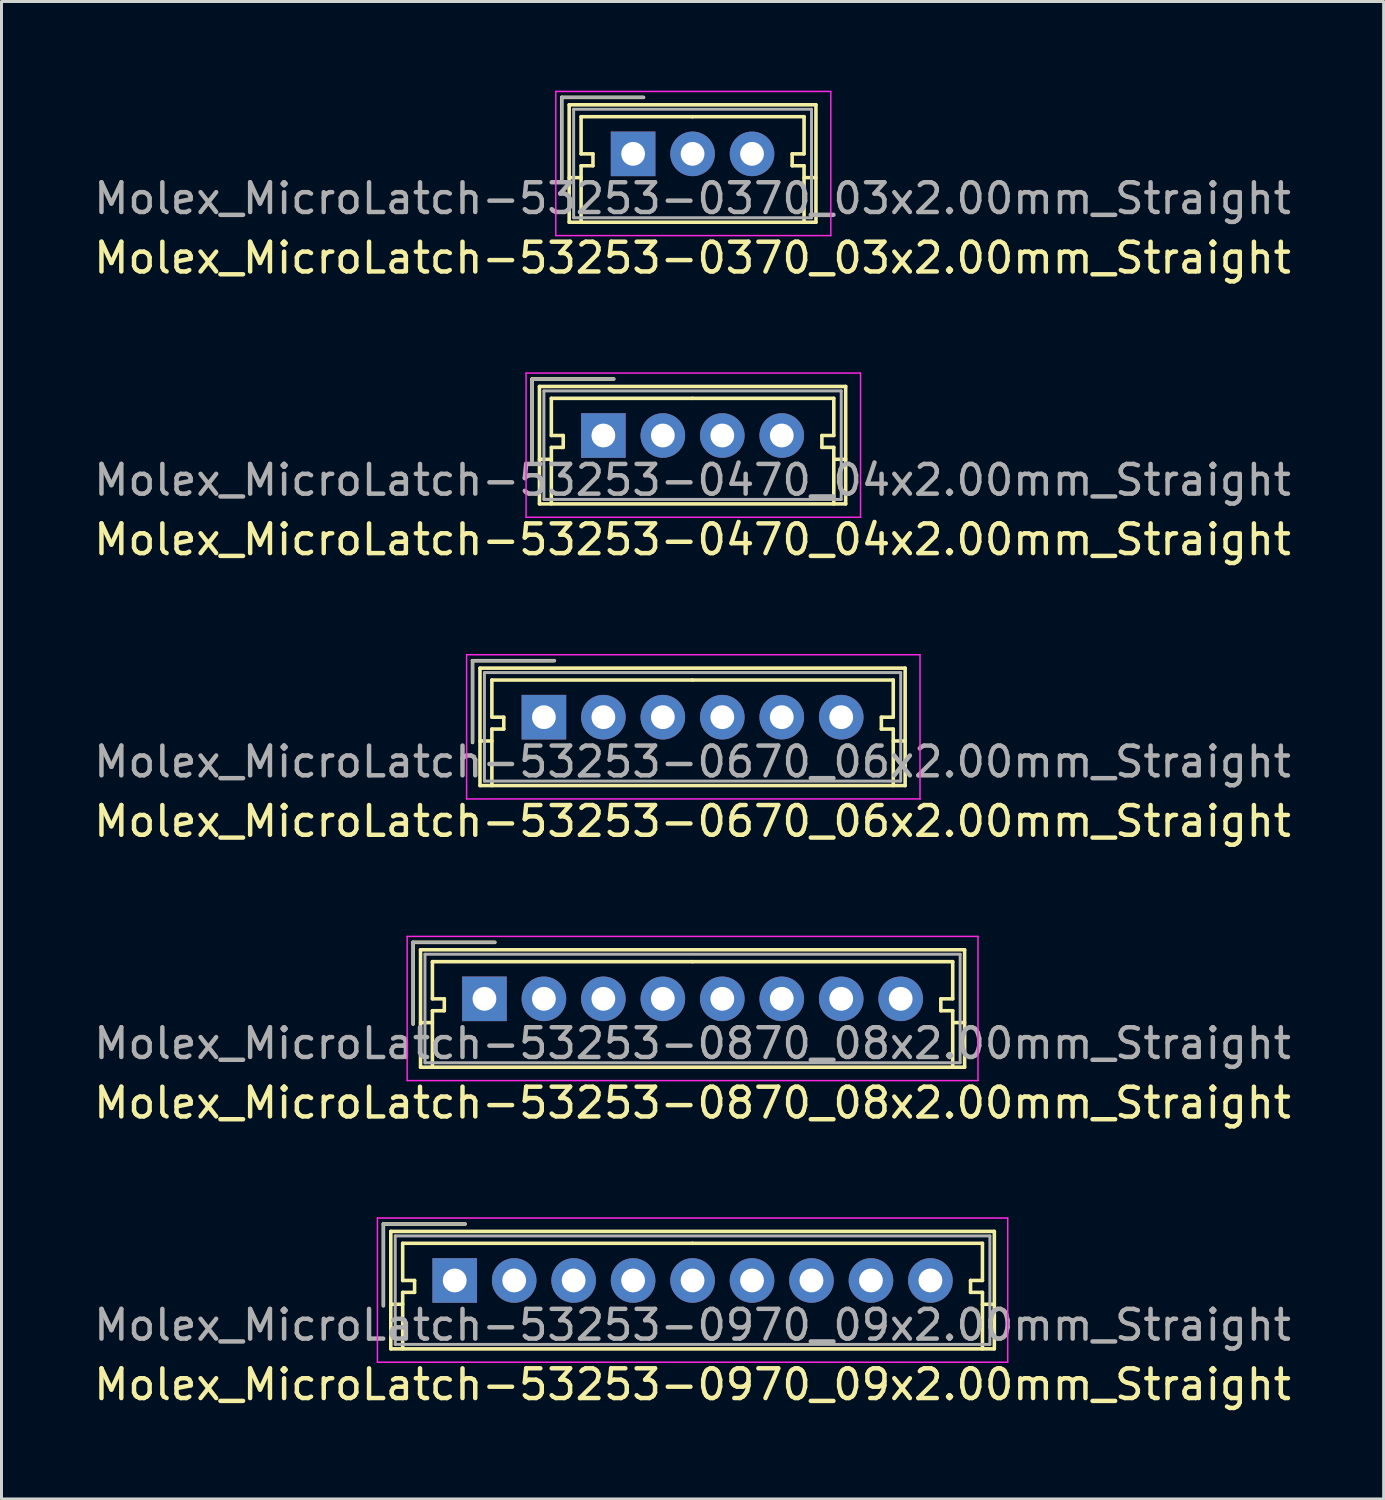
<source format=kicad_pcb>
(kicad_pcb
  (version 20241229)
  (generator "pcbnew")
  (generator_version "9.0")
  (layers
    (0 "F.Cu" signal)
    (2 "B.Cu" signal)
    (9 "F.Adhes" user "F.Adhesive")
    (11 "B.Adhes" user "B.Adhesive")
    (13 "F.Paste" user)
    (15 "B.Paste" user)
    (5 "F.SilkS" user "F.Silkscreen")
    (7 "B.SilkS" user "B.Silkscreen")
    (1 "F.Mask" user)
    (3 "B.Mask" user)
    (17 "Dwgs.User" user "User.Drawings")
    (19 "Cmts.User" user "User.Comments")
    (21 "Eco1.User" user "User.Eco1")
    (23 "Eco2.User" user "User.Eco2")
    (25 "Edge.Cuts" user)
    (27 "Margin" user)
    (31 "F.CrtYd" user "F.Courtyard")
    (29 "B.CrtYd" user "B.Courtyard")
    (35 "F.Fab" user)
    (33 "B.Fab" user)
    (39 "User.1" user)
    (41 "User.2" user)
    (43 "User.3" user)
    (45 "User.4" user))
  (footprint "Molex_MicroLatch-53253-0670_06x2.00mm_Straight"
    (layer "F.Cu")
    (at 15.244 21.072)
    (property "Reference" "Molex_MicroLatch-53253-0670_06x2.00mm_Straight" (at 5 3.5 0) (layer "F.SilkS") (effects (font (size 1 1) (thickness 0.15))))
    (attr through_hole)
    (fp_line (start -2.4 -1.9) (end -2.4 0.85) (stroke (width 0.12) (type solid)) (layer "F.SilkS"))
    (fp_line (start -2.15 -1.65) (end -2.15 2.3) (stroke (width 0.12) (type solid)) (layer "F.SilkS"))
    (fp_line (start -2.15 0.8) (end -1.75 0.8) (stroke (width 0.12) (type solid)) (layer "F.SilkS"))
    (fp_line (start -2.15 2.3) (end 12.15 2.3) (stroke (width 0.12) (type solid)) (layer "F.SilkS"))
    (fp_line (start -1.75 -1.25) (end -1.75 0) (stroke (width 0.12) (type solid)) (layer "F.SilkS"))
    (fp_line (start -1.75 0) (end -1.35 0) (stroke (width 0.12) (type solid)) (layer "F.SilkS"))
    (fp_line (start -1.75 0.4) (end -1.75 2.3) (stroke (width 0.12) (type solid)) (layer "F.SilkS"))
    (fp_line (start -1.35 0) (end -1.35 0.4) (stroke (width 0.12) (type solid)) (layer "F.SilkS"))
    (fp_line (start -1.35 0.4) (end -1.75 0.4) (stroke (width 0.12) (type solid)) (layer "F.SilkS"))
    (fp_line (start 0.35 -1.9) (end -2.4 -1.9) (stroke (width 0.12) (type solid)) (layer "F.SilkS"))
    (fp_line (start 5 -1.25) (end -1.75 -1.25) (stroke (width 0.12) (type solid)) (layer "F.SilkS"))
    (fp_line (start 5 -1.25) (end 11.75 -1.25) (stroke (width 0.12) (type solid)) (layer "F.SilkS"))
    (fp_line (start 11.35 0) (end 11.35 0.4) (stroke (width 0.12) (type solid)) (layer "F.SilkS"))
    (fp_line (start 11.35 0.4) (end 11.75 0.4) (stroke (width 0.12) (type solid)) (layer "F.SilkS"))
    (fp_line (start 11.75 -1.25) (end 11.75 0) (stroke (width 0.12) (type solid)) (layer "F.SilkS"))
    (fp_line (start 11.75 0) (end 11.35 0) (stroke (width 0.12) (type solid)) (layer "F.SilkS"))
    (fp_line (start 11.75 0.4) (end 11.75 2.3) (stroke (width 0.12) (type solid)) (layer "F.SilkS"))
    (fp_line (start 12.15 -1.65) (end -2.15 -1.65) (stroke (width 0.12) (type solid)) (layer "F.SilkS"))
    (fp_line (start 12.15 0.8) (end 11.75 0.8) (stroke (width 0.12) (type solid)) (layer "F.SilkS"))
    (fp_line (start 12.15 2.3) (end 12.15 -1.65) (stroke (width 0.12) (type solid)) (layer "F.SilkS"))
    (fp_line (start -2.6 -2.1) (end -2.6 2.75) (stroke (width 0.05) (type solid)) (layer "F.CrtYd"))
    (fp_line (start -2.6 2.75) (end 12.65 2.75) (stroke (width 0.05) (type solid)) (layer "F.CrtYd"))
    (fp_line (start 12.65 -2.1) (end -2.6 -2.1) (stroke (width 0.05) (type solid)) (layer "F.CrtYd"))
    (fp_line (start 12.65 2.75) (end 12.65 -2.1) (stroke (width 0.05) (type solid)) (layer "F.CrtYd"))
    (fp_line (start -2.4 -1.9) (end -2.4 0.85) (stroke (width 0.1) (type solid)) (layer "F.Fab"))
    (fp_line (start -2 -1.5) (end -2 2.15) (stroke (width 0.1) (type solid)) (layer "F.Fab"))
    (fp_line (start -2 2.15) (end 12 2.15) (stroke (width 0.1) (type solid)) (layer "F.Fab"))
    (fp_line (start 0.35 -1.9) (end -2.4 -1.9) (stroke (width 0.1) (type solid)) (layer "F.Fab"))
    (fp_line (start 12 -1.5) (end -2 -1.5) (stroke (width 0.1) (type solid)) (layer "F.Fab"))
    (fp_line (start 12 2.15) (end 12 -1.5) (stroke (width 0.1) (type solid)) (layer "F.Fab"))
    (fp_text user "${REFERENCE}" (at 5 1.5 0) (layer "F.Fab") (effects (font (size 1 1) (thickness 0.15))))
    (pad "1" thru_hole rect (at 0 0) (size 1.5 1.5) (drill 0.8) (layers "*.Cu" "*.Mask"))
    (pad "2" thru_hole circle (at 2 0) (size 1.5 1.5) (drill 0.8) (layers "*.Cu" "*.Mask"))
    (pad "3" thru_hole circle (at 4 0) (size 1.5 1.5) (drill 0.8) (layers "*.Cu" "*.Mask"))
    (pad "4" thru_hole circle (at 6 0) (size 1.5 1.5) (drill 0.8) (layers "*.Cu" "*.Mask"))
    (pad "5" thru_hole circle (at 8 0) (size 1.5 1.5) (drill 0.8) (layers "*.Cu" "*.Mask"))
    (pad "6" thru_hole circle (at 10 0) (size 1.5 1.5) (drill 0.8) (layers "*.Cu" "*.Mask")))
  (footprint "Molex_MicroLatch-53253-0470_04x2.00mm_Straight"
    (layer "F.Cu")
    (at 17.244 11.598)
    (property "Reference" "Molex_MicroLatch-53253-0470_04x2.00mm_Straight" (at 3 3.5 0) (layer "F.SilkS") (effects (font (size 1 1) (thickness 0.15))))
    (attr through_hole)
    (fp_line (start -2.4 -1.9) (end -2.4 0.85) (stroke (width 0.12) (type solid)) (layer "F.SilkS"))
    (fp_line (start -2.15 -1.65) (end -2.15 2.3) (stroke (width 0.12) (type solid)) (layer "F.SilkS"))
    (fp_line (start -2.15 0.8) (end -1.75 0.8) (stroke (width 0.12) (type solid)) (layer "F.SilkS"))
    (fp_line (start -2.15 2.3) (end 8.15 2.3) (stroke (width 0.12) (type solid)) (layer "F.SilkS"))
    (fp_line (start -1.75 -1.25) (end -1.75 0) (stroke (width 0.12) (type solid)) (layer "F.SilkS"))
    (fp_line (start -1.75 0) (end -1.35 0) (stroke (width 0.12) (type solid)) (layer "F.SilkS"))
    (fp_line (start -1.75 0.4) (end -1.75 2.3) (stroke (width 0.12) (type solid)) (layer "F.SilkS"))
    (fp_line (start -1.35 0) (end -1.35 0.4) (stroke (width 0.12) (type solid)) (layer "F.SilkS"))
    (fp_line (start -1.35 0.4) (end -1.75 0.4) (stroke (width 0.12) (type solid)) (layer "F.SilkS"))
    (fp_line (start 0.35 -1.9) (end -2.4 -1.9) (stroke (width 0.12) (type solid)) (layer "F.SilkS"))
    (fp_line (start 3 -1.25) (end -1.75 -1.25) (stroke (width 0.12) (type solid)) (layer "F.SilkS"))
    (fp_line (start 3 -1.25) (end 7.75 -1.25) (stroke (width 0.12) (type solid)) (layer "F.SilkS"))
    (fp_line (start 7.35 0) (end 7.35 0.4) (stroke (width 0.12) (type solid)) (layer "F.SilkS"))
    (fp_line (start 7.35 0.4) (end 7.75 0.4) (stroke (width 0.12) (type solid)) (layer "F.SilkS"))
    (fp_line (start 7.75 -1.25) (end 7.75 0) (stroke (width 0.12) (type solid)) (layer "F.SilkS"))
    (fp_line (start 7.75 0) (end 7.35 0) (stroke (width 0.12) (type solid)) (layer "F.SilkS"))
    (fp_line (start 7.75 0.4) (end 7.75 2.3) (stroke (width 0.12) (type solid)) (layer "F.SilkS"))
    (fp_line (start 8.15 -1.65) (end -2.15 -1.65) (stroke (width 0.12) (type solid)) (layer "F.SilkS"))
    (fp_line (start 8.15 0.8) (end 7.75 0.8) (stroke (width 0.12) (type solid)) (layer "F.SilkS"))
    (fp_line (start 8.15 2.3) (end 8.15 -1.65) (stroke (width 0.12) (type solid)) (layer "F.SilkS"))
    (fp_line (start -2.6 -2.1) (end -2.6 2.75) (stroke (width 0.05) (type solid)) (layer "F.CrtYd"))
    (fp_line (start -2.6 2.75) (end 8.65 2.75) (stroke (width 0.05) (type solid)) (layer "F.CrtYd"))
    (fp_line (start 8.65 -2.1) (end -2.6 -2.1) (stroke (width 0.05) (type solid)) (layer "F.CrtYd"))
    (fp_line (start 8.65 2.75) (end 8.65 -2.1) (stroke (width 0.05) (type solid)) (layer "F.CrtYd"))
    (fp_line (start -2.4 -1.9) (end -2.4 0.85) (stroke (width 0.1) (type solid)) (layer "F.Fab"))
    (fp_line (start -2 -1.5) (end -2 2.15) (stroke (width 0.1) (type solid)) (layer "F.Fab"))
    (fp_line (start -2 2.15) (end 8 2.15) (stroke (width 0.1) (type solid)) (layer "F.Fab"))
    (fp_line (start 0.35 -1.9) (end -2.4 -1.9) (stroke (width 0.1) (type solid)) (layer "F.Fab"))
    (fp_line (start 8 -1.5) (end -2 -1.5) (stroke (width 0.1) (type solid)) (layer "F.Fab"))
    (fp_line (start 8 2.15) (end 8 -1.5) (stroke (width 0.1) (type solid)) (layer "F.Fab"))
    (fp_text user "${REFERENCE}" (at 3 1.5 0) (layer "F.Fab") (effects (font (size 1 1) (thickness 0.15))))
    (pad "1" thru_hole rect (at 0 0) (size 1.5 1.5) (drill 0.8) (layers "*.Cu" "*.Mask"))
    (pad "2" thru_hole circle (at 2 0) (size 1.5 1.5) (drill 0.8) (layers "*.Cu" "*.Mask"))
    (pad "3" thru_hole circle (at 4 0) (size 1.5 1.5) (drill 0.8) (layers "*.Cu" "*.Mask"))
    (pad "4" thru_hole circle (at 6 0) (size 1.5 1.5) (drill 0.8) (layers "*.Cu" "*.Mask")))
  (footprint "Molex_MicroLatch-53253-0970_09x2.00mm_Straight"
    (layer "F.Cu")
    (at 12.244 40.018)
    (property "Reference" "Molex_MicroLatch-53253-0970_09x2.00mm_Straight" (at 8 3.5 0) (layer "F.SilkS") (effects (font (size 1 1) (thickness 0.15))))
    (attr through_hole)
    (fp_line (start -2.4 -1.9) (end -2.4 0.85) (stroke (width 0.12) (type solid)) (layer "F.SilkS"))
    (fp_line (start -2.15 -1.65) (end -2.15 2.3) (stroke (width 0.12) (type solid)) (layer "F.SilkS"))
    (fp_line (start -2.15 0.8) (end -1.75 0.8) (stroke (width 0.12) (type solid)) (layer "F.SilkS"))
    (fp_line (start -2.15 2.3) (end 18.15 2.3) (stroke (width 0.12) (type solid)) (layer "F.SilkS"))
    (fp_line (start -1.75 -1.25) (end -1.75 0) (stroke (width 0.12) (type solid)) (layer "F.SilkS"))
    (fp_line (start -1.75 0) (end -1.35 0) (stroke (width 0.12) (type solid)) (layer "F.SilkS"))
    (fp_line (start -1.75 0.4) (end -1.75 2.3) (stroke (width 0.12) (type solid)) (layer "F.SilkS"))
    (fp_line (start -1.35 0) (end -1.35 0.4) (stroke (width 0.12) (type solid)) (layer "F.SilkS"))
    (fp_line (start -1.35 0.4) (end -1.75 0.4) (stroke (width 0.12) (type solid)) (layer "F.SilkS"))
    (fp_line (start 0.35 -1.9) (end -2.4 -1.9) (stroke (width 0.12) (type solid)) (layer "F.SilkS"))
    (fp_line (start 8 -1.25) (end -1.75 -1.25) (stroke (width 0.12) (type solid)) (layer "F.SilkS"))
    (fp_line (start 8 -1.25) (end 17.75 -1.25) (stroke (width 0.12) (type solid)) (layer "F.SilkS"))
    (fp_line (start 17.35 0) (end 17.35 0.4) (stroke (width 0.12) (type solid)) (layer "F.SilkS"))
    (fp_line (start 17.35 0.4) (end 17.75 0.4) (stroke (width 0.12) (type solid)) (layer "F.SilkS"))
    (fp_line (start 17.75 -1.25) (end 17.75 0) (stroke (width 0.12) (type solid)) (layer "F.SilkS"))
    (fp_line (start 17.75 0) (end 17.35 0) (stroke (width 0.12) (type solid)) (layer "F.SilkS"))
    (fp_line (start 17.75 0.4) (end 17.75 2.3) (stroke (width 0.12) (type solid)) (layer "F.SilkS"))
    (fp_line (start 18.15 -1.65) (end -2.15 -1.65) (stroke (width 0.12) (type solid)) (layer "F.SilkS"))
    (fp_line (start 18.15 0.8) (end 17.75 0.8) (stroke (width 0.12) (type solid)) (layer "F.SilkS"))
    (fp_line (start 18.15 2.3) (end 18.15 -1.65) (stroke (width 0.12) (type solid)) (layer "F.SilkS"))
    (fp_line (start -2.6 -2.1) (end -2.6 2.75) (stroke (width 0.05) (type solid)) (layer "F.CrtYd"))
    (fp_line (start -2.6 2.75) (end 18.6 2.75) (stroke (width 0.05) (type solid)) (layer "F.CrtYd"))
    (fp_line (start 18.6 -2.1) (end -2.6 -2.1) (stroke (width 0.05) (type solid)) (layer "F.CrtYd"))
    (fp_line (start 18.6 2.75) (end 18.6 -2.1) (stroke (width 0.05) (type solid)) (layer "F.CrtYd"))
    (fp_line (start -2.4 -1.9) (end -2.4 0.85) (stroke (width 0.1) (type solid)) (layer "F.Fab"))
    (fp_line (start -2 -1.5) (end -2 2.15) (stroke (width 0.1) (type solid)) (layer "F.Fab"))
    (fp_line (start -2 2.15) (end 18 2.15) (stroke (width 0.1) (type solid)) (layer "F.Fab"))
    (fp_line (start 0.35 -1.9) (end -2.4 -1.9) (stroke (width 0.1) (type solid)) (layer "F.Fab"))
    (fp_line (start 18 -1.5) (end -2 -1.5) (stroke (width 0.1) (type solid)) (layer "F.Fab"))
    (fp_line (start 18 2.15) (end 18 -1.5) (stroke (width 0.1) (type solid)) (layer "F.Fab"))
    (fp_text user "${REFERENCE}" (at 8 1.5 0) (layer "F.Fab") (effects (font (size 1 1) (thickness 0.15))))
    (pad "1" thru_hole rect (at 0 0) (size 1.5 1.5) (drill 0.8) (layers "*.Cu" "*.Mask"))
    (pad "2" thru_hole circle (at 2 0) (size 1.5 1.5) (drill 0.8) (layers "*.Cu" "*.Mask"))
    (pad "3" thru_hole circle (at 4 0) (size 1.5 1.5) (drill 0.8) (layers "*.Cu" "*.Mask"))
    (pad "4" thru_hole circle (at 6 0) (size 1.5 1.5) (drill 0.8) (layers "*.Cu" "*.Mask"))
    (pad "5" thru_hole circle (at 8 0) (size 1.5 1.5) (drill 0.8) (layers "*.Cu" "*.Mask"))
    (pad "6" thru_hole circle (at 10 0) (size 1.5 1.5) (drill 0.8) (layers "*.Cu" "*.Mask"))
    (pad "7" thru_hole circle (at 12 0) (size 1.5 1.5) (drill 0.8) (layers "*.Cu" "*.Mask"))
    (pad "8" thru_hole circle (at 14 0) (size 1.5 1.5) (drill 0.8) (layers "*.Cu" "*.Mask"))
    (pad "9" thru_hole circle (at 16 0) (size 1.5 1.5) (drill 0.8) (layers "*.Cu" "*.Mask")))
  (footprint "Molex_MicroLatch-53253-0870_08x2.00mm_Straight"
    (layer "F.Cu")
    (at 13.244 30.545)
    (property "Reference" "Molex_MicroLatch-53253-0870_08x2.00mm_Straight" (at 7 3.5 0) (layer "F.SilkS") (effects (font (size 1 1) (thickness 0.15))))
    (attr through_hole)
    (fp_line (start -2.4 -1.9) (end -2.4 0.85) (stroke (width 0.12) (type solid)) (layer "F.SilkS"))
    (fp_line (start -2.15 -1.65) (end -2.15 2.3) (stroke (width 0.12) (type solid)) (layer "F.SilkS"))
    (fp_line (start -2.15 0.8) (end -1.75 0.8) (stroke (width 0.12) (type solid)) (layer "F.SilkS"))
    (fp_line (start -2.15 2.3) (end 16.15 2.3) (stroke (width 0.12) (type solid)) (layer "F.SilkS"))
    (fp_line (start -1.75 -1.25) (end -1.75 0) (stroke (width 0.12) (type solid)) (layer "F.SilkS"))
    (fp_line (start -1.75 0) (end -1.35 0) (stroke (width 0.12) (type solid)) (layer "F.SilkS"))
    (fp_line (start -1.75 0.4) (end -1.75 2.3) (stroke (width 0.12) (type solid)) (layer "F.SilkS"))
    (fp_line (start -1.35 0) (end -1.35 0.4) (stroke (width 0.12) (type solid)) (layer "F.SilkS"))
    (fp_line (start -1.35 0.4) (end -1.75 0.4) (stroke (width 0.12) (type solid)) (layer "F.SilkS"))
    (fp_line (start 0.35 -1.9) (end -2.4 -1.9) (stroke (width 0.12) (type solid)) (layer "F.SilkS"))
    (fp_line (start 7 -1.25) (end -1.75 -1.25) (stroke (width 0.12) (type solid)) (layer "F.SilkS"))
    (fp_line (start 7 -1.25) (end 15.75 -1.25) (stroke (width 0.12) (type solid)) (layer "F.SilkS"))
    (fp_line (start 15.35 0) (end 15.35 0.4) (stroke (width 0.12) (type solid)) (layer "F.SilkS"))
    (fp_line (start 15.35 0.4) (end 15.75 0.4) (stroke (width 0.12) (type solid)) (layer "F.SilkS"))
    (fp_line (start 15.75 -1.25) (end 15.75 0) (stroke (width 0.12) (type solid)) (layer "F.SilkS"))
    (fp_line (start 15.75 0) (end 15.35 0) (stroke (width 0.12) (type solid)) (layer "F.SilkS"))
    (fp_line (start 15.75 0.4) (end 15.75 2.3) (stroke (width 0.12) (type solid)) (layer "F.SilkS"))
    (fp_line (start 16.15 -1.65) (end -2.15 -1.65) (stroke (width 0.12) (type solid)) (layer "F.SilkS"))
    (fp_line (start 16.15 0.8) (end 15.75 0.8) (stroke (width 0.12) (type solid)) (layer "F.SilkS"))
    (fp_line (start 16.15 2.3) (end 16.15 -1.65) (stroke (width 0.12) (type solid)) (layer "F.SilkS"))
    (fp_line (start -2.6 -2.1) (end -2.6 2.75) (stroke (width 0.05) (type solid)) (layer "F.CrtYd"))
    (fp_line (start -2.6 2.75) (end 16.6 2.75) (stroke (width 0.05) (type solid)) (layer "F.CrtYd"))
    (fp_line (start 16.6 -2.1) (end -2.6 -2.1) (stroke (width 0.05) (type solid)) (layer "F.CrtYd"))
    (fp_line (start 16.6 2.75) (end 16.6 -2.1) (stroke (width 0.05) (type solid)) (layer "F.CrtYd"))
    (fp_line (start -2.4 -1.9) (end -2.4 0.85) (stroke (width 0.1) (type solid)) (layer "F.Fab"))
    (fp_line (start -2 -1.5) (end -2 2.15) (stroke (width 0.1) (type solid)) (layer "F.Fab"))
    (fp_line (start -2 2.15) (end 16 2.15) (stroke (width 0.1) (type solid)) (layer "F.Fab"))
    (fp_line (start 0.35 -1.9) (end -2.4 -1.9) (stroke (width 0.1) (type solid)) (layer "F.Fab"))
    (fp_line (start 16 -1.5) (end -2 -1.5) (stroke (width 0.1) (type solid)) (layer "F.Fab"))
    (fp_line (start 16 2.15) (end 16 -1.5) (stroke (width 0.1) (type solid)) (layer "F.Fab"))
    (fp_text user "${REFERENCE}" (at 7 1.5 0) (layer "F.Fab") (effects (font (size 1 1) (thickness 0.15))))
    (pad "1" thru_hole rect (at 0 0) (size 1.5 1.5) (drill 0.8) (layers "*.Cu" "*.Mask"))
    (pad "2" thru_hole circle (at 2 0) (size 1.5 1.5) (drill 0.8) (layers "*.Cu" "*.Mask"))
    (pad "3" thru_hole circle (at 4 0) (size 1.5 1.5) (drill 0.8) (layers "*.Cu" "*.Mask"))
    (pad "4" thru_hole circle (at 6 0) (size 1.5 1.5) (drill 0.8) (layers "*.Cu" "*.Mask"))
    (pad "5" thru_hole circle (at 8 0) (size 1.5 1.5) (drill 0.8) (layers "*.Cu" "*.Mask"))
    (pad "6" thru_hole circle (at 10 0) (size 1.5 1.5) (drill 0.8) (layers "*.Cu" "*.Mask"))
    (pad "7" thru_hole circle (at 12 0) (size 1.5 1.5) (drill 0.8) (layers "*.Cu" "*.Mask"))
    (pad "8" thru_hole circle (at 14 0) (size 1.5 1.5) (drill 0.8) (layers "*.Cu" "*.Mask")))
  (footprint "Molex_MicroLatch-53253-0370_03x2.00mm_Straight"
    (layer "F.Cu")
    (at 18.244 2.125)
    (property "Reference" "Molex_MicroLatch-53253-0370_03x2.00mm_Straight" (at 2 3.5 0) (layer "F.SilkS") (effects (font (size 1 1) (thickness 0.15))))
    (attr through_hole)
    (fp_line (start -2.4 -1.9) (end -2.4 0.85) (stroke (width 0.12) (type solid)) (layer "F.SilkS"))
    (fp_line (start -2.15 -1.65) (end -2.15 2.3) (stroke (width 0.12) (type solid)) (layer "F.SilkS"))
    (fp_line (start -2.15 0.8) (end -1.75 0.8) (stroke (width 0.12) (type solid)) (layer "F.SilkS"))
    (fp_line (start -2.15 2.3) (end 6.15 2.3) (stroke (width 0.12) (type solid)) (layer "F.SilkS"))
    (fp_line (start -1.75 -1.25) (end -1.75 0) (stroke (width 0.12) (type solid)) (layer "F.SilkS"))
    (fp_line (start -1.75 0) (end -1.35 0) (stroke (width 0.12) (type solid)) (layer "F.SilkS"))
    (fp_line (start -1.75 0.4) (end -1.75 2.3) (stroke (width 0.12) (type solid)) (layer "F.SilkS"))
    (fp_line (start -1.35 0) (end -1.35 0.4) (stroke (width 0.12) (type solid)) (layer "F.SilkS"))
    (fp_line (start -1.35 0.4) (end -1.75 0.4) (stroke (width 0.12) (type solid)) (layer "F.SilkS"))
    (fp_line (start 0.35 -1.9) (end -2.4 -1.9) (stroke (width 0.12) (type solid)) (layer "F.SilkS"))
    (fp_line (start 2 -1.25) (end -1.75 -1.25) (stroke (width 0.12) (type solid)) (layer "F.SilkS"))
    (fp_line (start 2 -1.25) (end 5.75 -1.25) (stroke (width 0.12) (type solid)) (layer "F.SilkS"))
    (fp_line (start 5.35 0) (end 5.35 0.4) (stroke (width 0.12) (type solid)) (layer "F.SilkS"))
    (fp_line (start 5.35 0.4) (end 5.75 0.4) (stroke (width 0.12) (type solid)) (layer "F.SilkS"))
    (fp_line (start 5.75 -1.25) (end 5.75 0) (stroke (width 0.12) (type solid)) (layer "F.SilkS"))
    (fp_line (start 5.75 0) (end 5.35 0) (stroke (width 0.12) (type solid)) (layer "F.SilkS"))
    (fp_line (start 5.75 0.4) (end 5.75 2.3) (stroke (width 0.12) (type solid)) (layer "F.SilkS"))
    (fp_line (start 6.15 -1.65) (end -2.15 -1.65) (stroke (width 0.12) (type solid)) (layer "F.SilkS"))
    (fp_line (start 6.15 0.8) (end 5.75 0.8) (stroke (width 0.12) (type solid)) (layer "F.SilkS"))
    (fp_line (start 6.15 2.3) (end 6.15 -1.65) (stroke (width 0.12) (type solid)) (layer "F.SilkS"))
    (fp_line (start -2.6 -2.1) (end -2.6 2.75) (stroke (width 0.05) (type solid)) (layer "F.CrtYd"))
    (fp_line (start -2.6 2.75) (end 6.65 2.75) (stroke (width 0.05) (type solid)) (layer "F.CrtYd"))
    (fp_line (start 6.65 -2.1) (end -2.6 -2.1) (stroke (width 0.05) (type solid)) (layer "F.CrtYd"))
    (fp_line (start 6.65 2.75) (end 6.65 -2.1) (stroke (width 0.05) (type solid)) (layer "F.CrtYd"))
    (fp_line (start -2.4 -1.9) (end -2.4 0.85) (stroke (width 0.1) (type solid)) (layer "F.Fab"))
    (fp_line (start -2 -1.5) (end -2 2.15) (stroke (width 0.1) (type solid)) (layer "F.Fab"))
    (fp_line (start -2 2.15) (end 6 2.15) (stroke (width 0.1) (type solid)) (layer "F.Fab"))
    (fp_line (start 0.35 -1.9) (end -2.4 -1.9) (stroke (width 0.1) (type solid)) (layer "F.Fab"))
    (fp_line (start 6 -1.5) (end -2 -1.5) (stroke (width 0.1) (type solid)) (layer "F.Fab"))
    (fp_line (start 6 2.15) (end 6 -1.5) (stroke (width 0.1) (type solid)) (layer "F.Fab"))
    (fp_text user "${REFERENCE}" (at 2 1.5 0) (layer "F.Fab") (effects (font (size 1 1) (thickness 0.15))))
    (pad "1" thru_hole rect (at 0 0) (size 1.5 1.5) (drill 0.8) (layers "*.Cu" "*.Mask"))
    (pad "2" thru_hole circle (at 2 0) (size 1.5 1.5) (drill 0.8) (layers "*.Cu" "*.Mask"))
    (pad "3" thru_hole circle (at 4 0) (size 1.5 1.5) (drill 0.8) (layers "*.Cu" "*.Mask")))
  (gr_rect
    (start -3 -3)
    (end 43.488 47.366)
    (stroke (width 0.1) (type default))
    (fill no)
    (layer "Edge.Cuts")))
</source>
